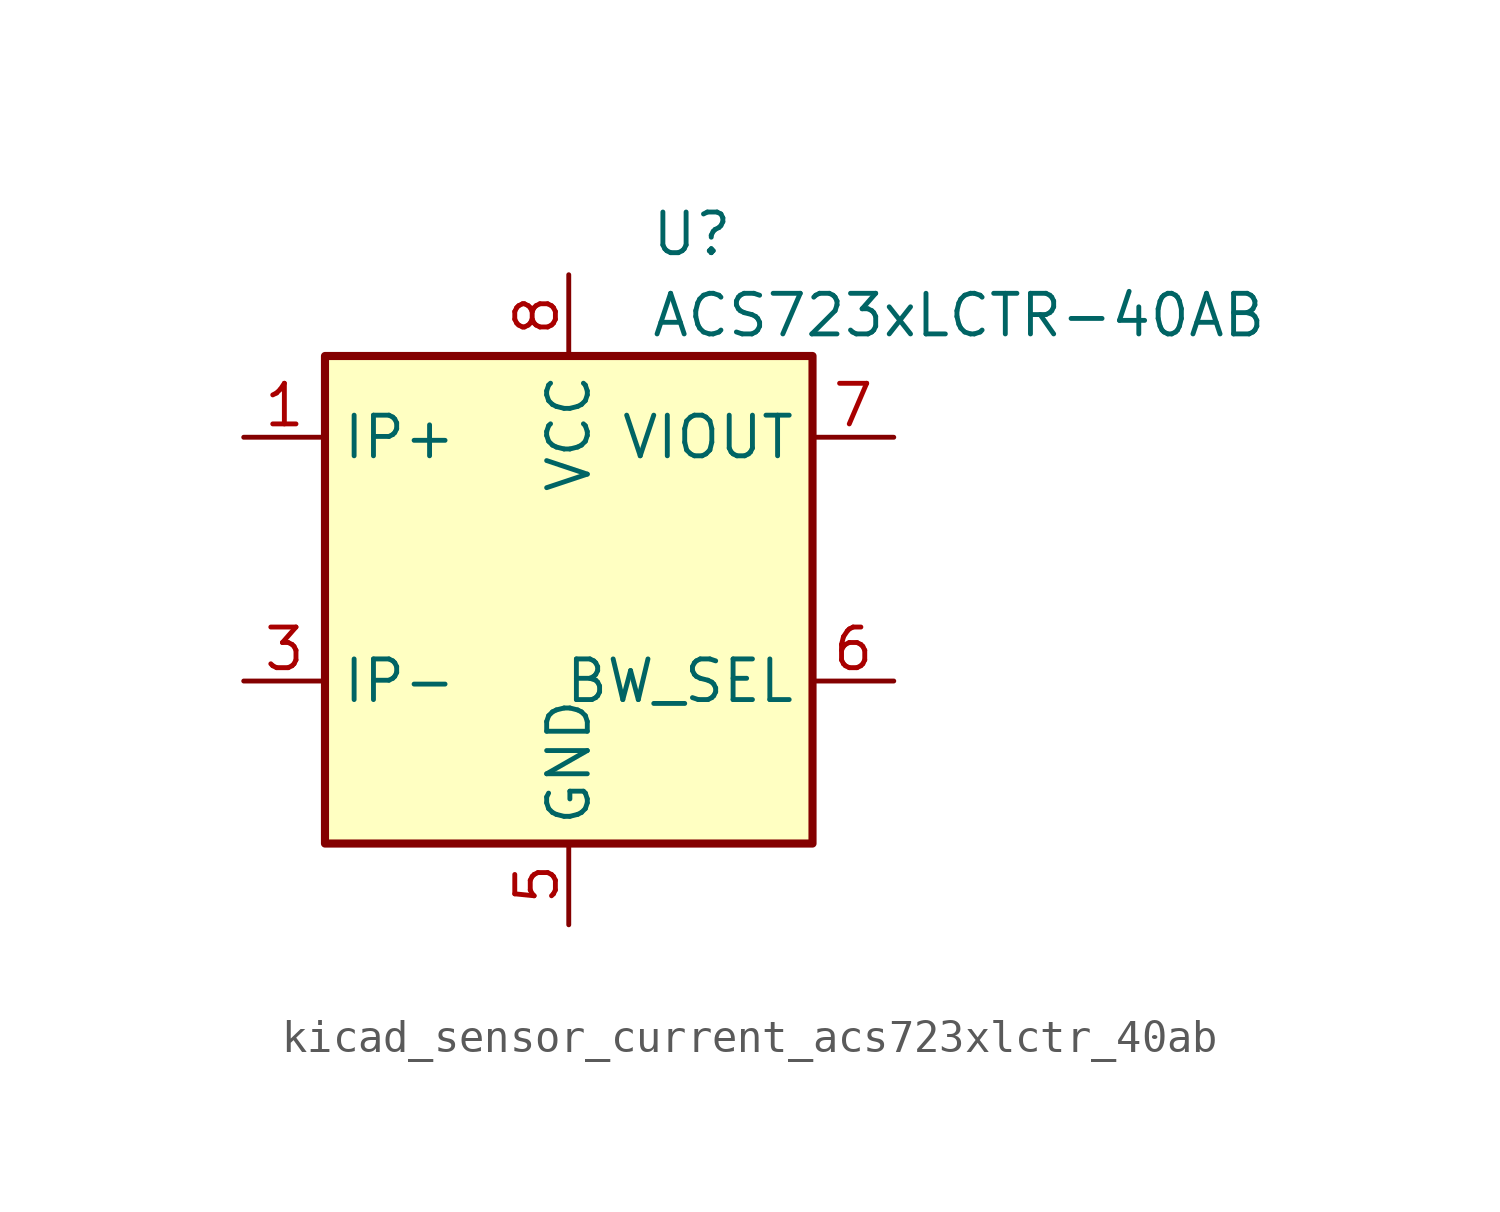
<source format=kicad_sym>
(kicad_symbol_lib
  (version 20220914)
  (generator kicad_symbol_editor)
  (symbol "kicad_sensor_current_acs723xlctr_40ab"
    (property "Reference" "U"
      (at 2.54 11.43 0)
      (effects (font (size 1.27 1.27)) (justify left)))
    (property "Value" "ACS723xLCTR-40AB"
      (at 2.54 8.89 0)
      (effects (font (size 1.27 1.27)) (justify left)))
    (symbol "kicad_sensor_current_acs723xlctr_40ab_0_1"
      (rectangle (start -7.62 7.62) (end 7.62 -7.62) (stroke (width 0.254) (type default)) (fill (type background))))
    (symbol "kicad_sensor_current_acs723xlctr_40ab_1_1"
      (pin passive line (at -10.16 5.08 0) (length 2.54) (name "IP+" (effects (font (size 1.27 1.27)))) (number "1" (effects (font (size 1.27 1.27)))))
      (pin passive line (at -10.16 5.08 0) (length 2.54) hide (name "IP+" (effects (font (size 1.27 1.27)))) (number "2" (effects (font (size 1.27 1.27)))))
      (pin passive line (at -10.16 -2.54 0) (length 2.54) (name "IP-" (effects (font (size 1.27 1.27)))) (number "3" (effects (font (size 1.27 1.27)))))
      (pin passive line (at -10.16 -2.54 0) (length 2.54) hide (name "IP-" (effects (font (size 1.27 1.27)))) (number "4" (effects (font (size 1.27 1.27)))))
      (pin power_in line (at 0 -10.16 90) (length 2.54) (name "GND" (effects (font (size 1.27 1.27)))) (number "5" (effects (font (size 1.27 1.27)))))
      (pin input line (at 10.16 -2.54 180) (length 2.54) (name "BW_SEL" (effects (font (size 1.27 1.27)))) (number "6" (effects (font (size 1.27 1.27)))))
      (pin output line (at 10.16 5.08 180) (length 2.54) (name "VIOUT" (effects (font (size 1.27 1.27)))) (number "7" (effects (font (size 1.27 1.27)))))
      (pin power_in line (at 0 10.16 270) (length 2.54) (name "VCC" (effects (font (size 1.27 1.27)))) (number "8" (effects (font (size 1.27 1.27))))))))
</source>
